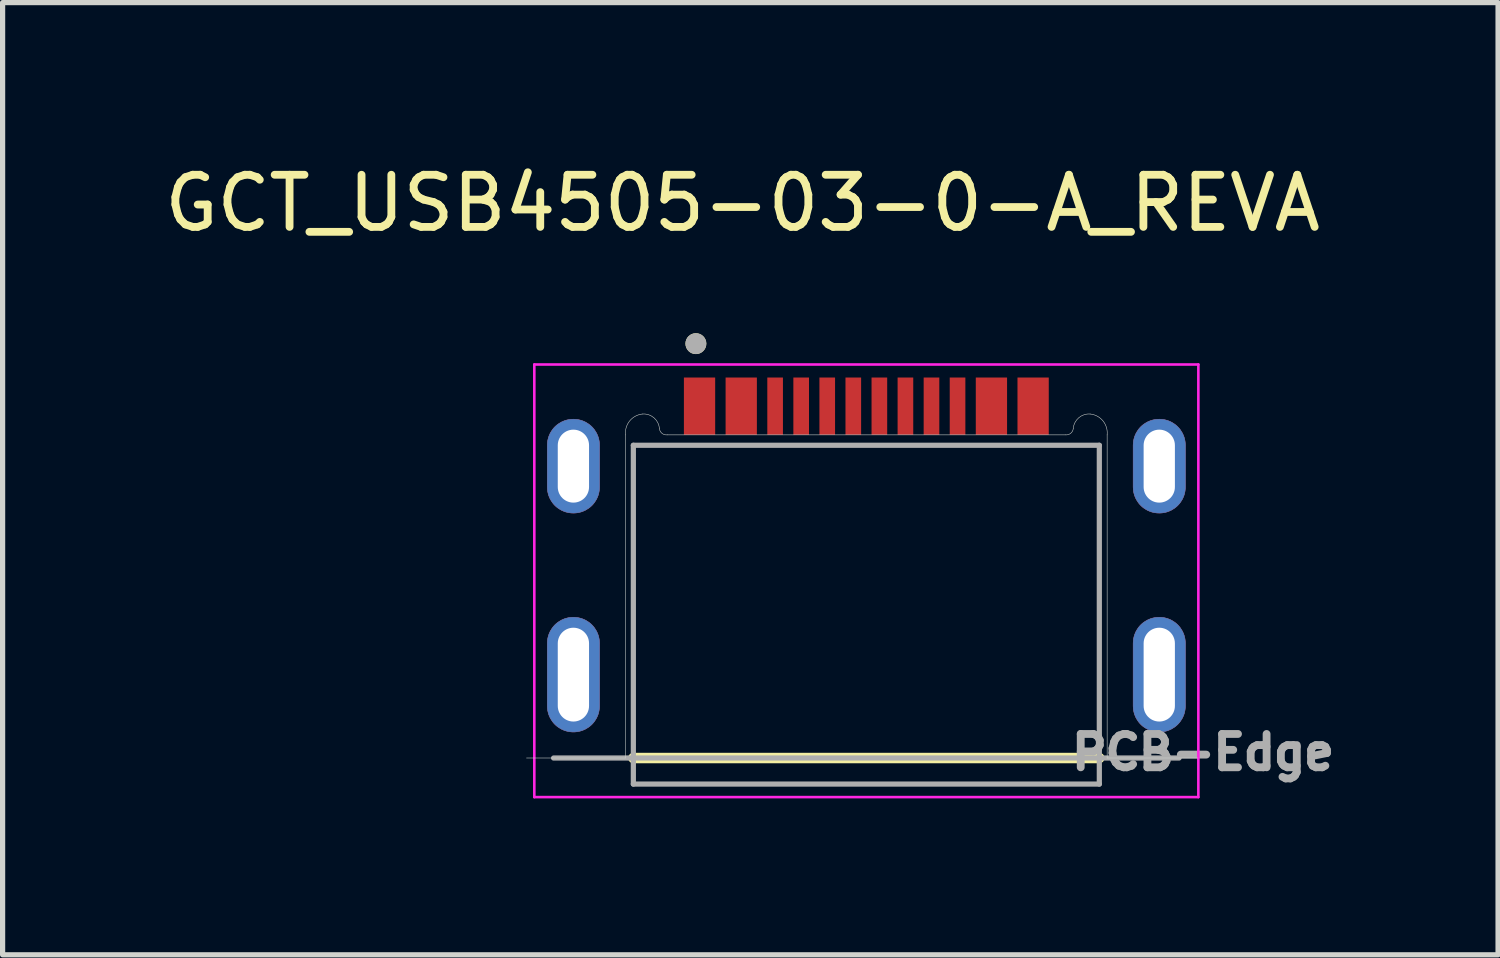
<source format=kicad_pcb>
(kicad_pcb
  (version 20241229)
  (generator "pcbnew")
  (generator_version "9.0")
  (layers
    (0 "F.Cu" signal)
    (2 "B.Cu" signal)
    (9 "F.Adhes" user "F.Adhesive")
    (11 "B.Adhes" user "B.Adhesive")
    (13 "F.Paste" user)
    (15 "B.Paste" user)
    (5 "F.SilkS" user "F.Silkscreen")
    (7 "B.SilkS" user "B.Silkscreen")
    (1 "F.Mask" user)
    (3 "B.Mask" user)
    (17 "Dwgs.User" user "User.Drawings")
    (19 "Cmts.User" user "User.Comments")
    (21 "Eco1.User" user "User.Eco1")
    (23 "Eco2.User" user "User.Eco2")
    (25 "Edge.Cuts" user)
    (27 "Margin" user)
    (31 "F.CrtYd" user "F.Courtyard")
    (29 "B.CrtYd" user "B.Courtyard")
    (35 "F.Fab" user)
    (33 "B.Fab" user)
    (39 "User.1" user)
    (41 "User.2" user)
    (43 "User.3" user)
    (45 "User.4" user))
  (footprint "GCT_USB4505-03-0-A_REVA"
    (layer "F.Cu")
    (at 13.571 9.893)
    (property "Reference" "GCT_USB4505-03-0-A_REVA" (at -2.375 -9.045 0) (layer "F.SilkS") (effects (font (size 1 1) (thickness 0.15))))
    (attr through_hole)
    (fp_poly (pts (xy -5.62 -3.1) (xy -5.646 -3.101) (xy -5.672 -3.103) (xy -5.698 -3.106) (xy -5.724 -3.111) (xy -5.749 -3.117) (xy -5.775 -3.124) (xy -5.799 -3.133) (xy -5.823 -3.143) (xy -5.847 -3.154) (xy -5.87 -3.167) (xy -5.892 -3.181) (xy -5.914 -3.195) (xy -5.935 -3.211) (xy -5.955 -3.228) (xy -5.974 -3.246) (xy -5.992 -3.265) (xy -6.009 -3.285) (xy -6.025 -3.306) (xy -6.039 -3.328) (xy -6.053 -3.35) (xy -6.066 -3.373) (xy -6.077 -3.397) (xy -6.087 -3.421) (xy -6.096 -3.445) (xy -6.103 -3.471) (xy -6.109 -3.496) (xy -6.114 -3.522) (xy -6.117 -3.548) (xy -6.119 -3.574) (xy -6.12 -3.6) (xy -6.12 -4.4) (xy -6.119 -4.426) (xy -6.117 -4.452) (xy -6.114 -4.478) (xy -6.109 -4.504) (xy -6.103 -4.529) (xy -6.096 -4.555) (xy -6.087 -4.579) (xy -6.077 -4.603) (xy -6.066 -4.627) (xy -6.053 -4.65) (xy -6.039 -4.672) (xy -6.025 -4.694) (xy -6.009 -4.715) (xy -5.992 -4.735) (xy -5.974 -4.754) (xy -5.955 -4.772) (xy -5.935 -4.789) (xy -5.914 -4.805) (xy -5.892 -4.819) (xy -5.87 -4.833) (xy -5.847 -4.846) (xy -5.823 -4.857) (xy -5.799 -4.867) (xy -5.775 -4.876) (xy -5.749 -4.883) (xy -5.724 -4.889) (xy -5.698 -4.894) (xy -5.672 -4.897) (xy -5.646 -4.899) (xy -5.62 -4.9) (xy -5.594 -4.899) (xy -5.568 -4.897) (xy -5.542 -4.894) (xy -5.516 -4.889) (xy -5.491 -4.883) (xy -5.465 -4.876) (xy -5.441 -4.867) (xy -5.417 -4.857) (xy -5.393 -4.846) (xy -5.37 -4.833) (xy -5.348 -4.819) (xy -5.326 -4.805) (xy -5.305 -4.789) (xy -5.285 -4.772) (xy -5.266 -4.754) (xy -5.248 -4.735) (xy -5.231 -4.715) (xy -5.215 -4.694) (xy -5.201 -4.672) (xy -5.187 -4.65) (xy -5.174 -4.627) (xy -5.163 -4.603) (xy -5.153 -4.579) (xy -5.144 -4.555) (xy -5.137 -4.529) (xy -5.131 -4.504) (xy -5.126 -4.478) (xy -5.123 -4.452) (xy -5.121 -4.426) (xy -5.12 -4.4) (xy -5.12 -3.6) (xy -5.121 -3.574) (xy -5.123 -3.548) (xy -5.126 -3.522) (xy -5.131 -3.496) (xy -5.137 -3.471) (xy -5.144 -3.445) (xy -5.153 -3.421) (xy -5.163 -3.397) (xy -5.174 -3.373) (xy -5.187 -3.35) (xy -5.201 -3.328) (xy -5.215 -3.306) (xy -5.231 -3.285) (xy -5.248 -3.265) (xy -5.266 -3.246) (xy -5.285 -3.228) (xy -5.305 -3.211) (xy -5.326 -3.195) (xy -5.348 -3.181) (xy -5.37 -3.167) (xy -5.393 -3.154) (xy -5.417 -3.143) (xy -5.441 -3.133) (xy -5.465 -3.124) (xy -5.491 -3.117) (xy -5.516 -3.111) (xy -5.542 -3.106) (xy -5.568 -3.103) (xy -5.594 -3.101) (xy -5.62 -3.1)) (stroke (width 0.01) (type solid)) (fill yes) (layer "F.Cu"))
    (fp_poly (pts (xy -5.62 1.1) (xy -5.646 1.099) (xy -5.672 1.097) (xy -5.698 1.094) (xy -5.724 1.089) (xy -5.749 1.083) (xy -5.775 1.076) (xy -5.799 1.067) (xy -5.823 1.057) (xy -5.847 1.046) (xy -5.87 1.033) (xy -5.892 1.019) (xy -5.914 1.005) (xy -5.935 0.989) (xy -5.955 0.972) (xy -5.974 0.954) (xy -5.992 0.935) (xy -6.009 0.915) (xy -6.025 0.894) (xy -6.039 0.872) (xy -6.053 0.85) (xy -6.066 0.827) (xy -6.077 0.803) (xy -6.087 0.779) (xy -6.096 0.755) (xy -6.103 0.729) (xy -6.109 0.704) (xy -6.114 0.678) (xy -6.117 0.652) (xy -6.119 0.626) (xy -6.12 0.6) (xy -6.12 -0.6) (xy -6.119 -0.626) (xy -6.117 -0.652) (xy -6.114 -0.678) (xy -6.109 -0.704) (xy -6.103 -0.729) (xy -6.096 -0.755) (xy -6.087 -0.779) (xy -6.077 -0.803) (xy -6.066 -0.827) (xy -6.053 -0.85) (xy -6.039 -0.872) (xy -6.025 -0.894) (xy -6.009 -0.915) (xy -5.992 -0.935) (xy -5.974 -0.954) (xy -5.955 -0.972) (xy -5.935 -0.989) (xy -5.914 -1.005) (xy -5.892 -1.019) (xy -5.87 -1.033) (xy -5.847 -1.046) (xy -5.823 -1.057) (xy -5.799 -1.067) (xy -5.775 -1.076) (xy -5.749 -1.083) (xy -5.724 -1.089) (xy -5.698 -1.094) (xy -5.672 -1.097) (xy -5.646 -1.099) (xy -5.62 -1.1) (xy -5.594 -1.099) (xy -5.568 -1.097) (xy -5.542 -1.094) (xy -5.516 -1.089) (xy -5.491 -1.083) (xy -5.465 -1.076) (xy -5.441 -1.067) (xy -5.417 -1.057) (xy -5.393 -1.046) (xy -5.37 -1.033) (xy -5.348 -1.019) (xy -5.326 -1.005) (xy -5.305 -0.989) (xy -5.285 -0.972) (xy -5.266 -0.954) (xy -5.248 -0.935) (xy -5.231 -0.915) (xy -5.215 -0.894) (xy -5.201 -0.872) (xy -5.187 -0.85) (xy -5.174 -0.827) (xy -5.163 -0.803) (xy -5.153 -0.779) (xy -5.144 -0.755) (xy -5.137 -0.729) (xy -5.131 -0.704) (xy -5.126 -0.678) (xy -5.123 -0.652) (xy -5.121 -0.626) (xy -5.12 -0.6) (xy -5.12 0.6) (xy -5.121 0.626) (xy -5.123 0.652) (xy -5.126 0.678) (xy -5.131 0.704) (xy -5.137 0.729) (xy -5.144 0.755) (xy -5.153 0.779) (xy -5.163 0.803) (xy -5.174 0.827) (xy -5.187 0.85) (xy -5.201 0.872) (xy -5.215 0.894) (xy -5.231 0.915) (xy -5.248 0.935) (xy -5.266 0.954) (xy -5.285 0.972) (xy -5.305 0.989) (xy -5.326 1.005) (xy -5.348 1.019) (xy -5.37 1.033) (xy -5.393 1.046) (xy -5.417 1.057) (xy -5.441 1.067) (xy -5.465 1.076) (xy -5.491 1.083) (xy -5.516 1.089) (xy -5.542 1.094) (xy -5.568 1.097) (xy -5.594 1.099) (xy -5.62 1.1)) (stroke (width 0.01) (type solid)) (fill yes) (layer "F.Cu"))
    (fp_poly (pts (xy 5.62 -3.1) (xy 5.594 -3.101) (xy 5.568 -3.103) (xy 5.542 -3.106) (xy 5.516 -3.111) (xy 5.491 -3.117) (xy 5.465 -3.124) (xy 5.441 -3.133) (xy 5.417 -3.143) (xy 5.393 -3.154) (xy 5.37 -3.167) (xy 5.348 -3.181) (xy 5.326 -3.195) (xy 5.305 -3.211) (xy 5.285 -3.228) (xy 5.266 -3.246) (xy 5.248 -3.265) (xy 5.231 -3.285) (xy 5.215 -3.306) (xy 5.201 -3.328) (xy 5.187 -3.35) (xy 5.174 -3.373) (xy 5.163 -3.397) (xy 5.153 -3.421) (xy 5.144 -3.445) (xy 5.137 -3.471) (xy 5.131 -3.496) (xy 5.126 -3.522) (xy 5.123 -3.548) (xy 5.121 -3.574) (xy 5.12 -3.6) (xy 5.12 -4.4) (xy 5.121 -4.426) (xy 5.123 -4.452) (xy 5.126 -4.478) (xy 5.131 -4.504) (xy 5.137 -4.529) (xy 5.144 -4.555) (xy 5.153 -4.579) (xy 5.163 -4.603) (xy 5.174 -4.627) (xy 5.187 -4.65) (xy 5.201 -4.672) (xy 5.215 -4.694) (xy 5.231 -4.715) (xy 5.248 -4.735) (xy 5.266 -4.754) (xy 5.285 -4.772) (xy 5.305 -4.789) (xy 5.326 -4.805) (xy 5.348 -4.819) (xy 5.37 -4.833) (xy 5.393 -4.846) (xy 5.417 -4.857) (xy 5.441 -4.867) (xy 5.465 -4.876) (xy 5.491 -4.883) (xy 5.516 -4.889) (xy 5.542 -4.894) (xy 5.568 -4.897) (xy 5.594 -4.899) (xy 5.62 -4.9) (xy 5.646 -4.899) (xy 5.672 -4.897) (xy 5.698 -4.894) (xy 5.724 -4.889) (xy 5.749 -4.883) (xy 5.775 -4.876) (xy 5.799 -4.867) (xy 5.823 -4.857) (xy 5.847 -4.846) (xy 5.87 -4.833) (xy 5.892 -4.819) (xy 5.914 -4.805) (xy 5.935 -4.789) (xy 5.955 -4.772) (xy 5.974 -4.754) (xy 5.992 -4.735) (xy 6.009 -4.715) (xy 6.025 -4.694) (xy 6.039 -4.672) (xy 6.053 -4.65) (xy 6.066 -4.627) (xy 6.077 -4.603) (xy 6.087 -4.579) (xy 6.096 -4.555) (xy 6.103 -4.529) (xy 6.109 -4.504) (xy 6.114 -4.478) (xy 6.117 -4.452) (xy 6.119 -4.426) (xy 6.12 -4.4) (xy 6.12 -3.6) (xy 6.119 -3.574) (xy 6.117 -3.548) (xy 6.114 -3.522) (xy 6.109 -3.496) (xy 6.103 -3.471) (xy 6.096 -3.445) (xy 6.087 -3.421) (xy 6.077 -3.397) (xy 6.066 -3.373) (xy 6.053 -3.35) (xy 6.039 -3.328) (xy 6.025 -3.306) (xy 6.009 -3.285) (xy 5.992 -3.265) (xy 5.974 -3.246) (xy 5.955 -3.228) (xy 5.935 -3.211) (xy 5.914 -3.195) (xy 5.892 -3.181) (xy 5.87 -3.167) (xy 5.847 -3.154) (xy 5.823 -3.143) (xy 5.799 -3.133) (xy 5.775 -3.124) (xy 5.749 -3.117) (xy 5.724 -3.111) (xy 5.698 -3.106) (xy 5.672 -3.103) (xy 5.646 -3.101) (xy 5.62 -3.1)) (stroke (width 0.01) (type solid)) (fill yes) (layer "F.Cu"))
    (fp_poly (pts (xy 5.62 1.1) (xy 5.594 1.099) (xy 5.568 1.097) (xy 5.542 1.094) (xy 5.516 1.089) (xy 5.491 1.083) (xy 5.465 1.076) (xy 5.441 1.067) (xy 5.417 1.057) (xy 5.393 1.046) (xy 5.37 1.033) (xy 5.348 1.019) (xy 5.326 1.005) (xy 5.305 0.989) (xy 5.285 0.972) (xy 5.266 0.954) (xy 5.248 0.935) (xy 5.231 0.915) (xy 5.215 0.894) (xy 5.201 0.872) (xy 5.187 0.85) (xy 5.174 0.827) (xy 5.163 0.803) (xy 5.153 0.779) (xy 5.144 0.755) (xy 5.137 0.729) (xy 5.131 0.704) (xy 5.126 0.678) (xy 5.123 0.652) (xy 5.121 0.626) (xy 5.12 0.6) (xy 5.12 -0.6) (xy 5.121 -0.626) (xy 5.123 -0.652) (xy 5.126 -0.678) (xy 5.131 -0.704) (xy 5.137 -0.729) (xy 5.144 -0.755) (xy 5.153 -0.779) (xy 5.163 -0.803) (xy 5.174 -0.827) (xy 5.187 -0.85) (xy 5.201 -0.872) (xy 5.215 -0.894) (xy 5.231 -0.915) (xy 5.248 -0.935) (xy 5.266 -0.954) (xy 5.285 -0.972) (xy 5.305 -0.989) (xy 5.326 -1.005) (xy 5.348 -1.019) (xy 5.37 -1.033) (xy 5.393 -1.046) (xy 5.417 -1.057) (xy 5.441 -1.067) (xy 5.465 -1.076) (xy 5.491 -1.083) (xy 5.516 -1.089) (xy 5.542 -1.094) (xy 5.568 -1.097) (xy 5.594 -1.099) (xy 5.62 -1.1) (xy 5.646 -1.099) (xy 5.672 -1.097) (xy 5.698 -1.094) (xy 5.724 -1.089) (xy 5.749 -1.083) (xy 5.775 -1.076) (xy 5.799 -1.067) (xy 5.823 -1.057) (xy 5.847 -1.046) (xy 5.87 -1.033) (xy 5.892 -1.019) (xy 5.914 -1.005) (xy 5.935 -0.989) (xy 5.955 -0.972) (xy 5.974 -0.954) (xy 5.992 -0.935) (xy 6.009 -0.915) (xy 6.025 -0.894) (xy 6.039 -0.872) (xy 6.053 -0.85) (xy 6.066 -0.827) (xy 6.077 -0.803) (xy 6.087 -0.779) (xy 6.096 -0.755) (xy 6.103 -0.729) (xy 6.109 -0.704) (xy 6.114 -0.678) (xy 6.117 -0.652) (xy 6.119 -0.626) (xy 6.12 -0.6) (xy 6.12 0.6) (xy 6.119 0.626) (xy 6.117 0.652) (xy 6.114 0.678) (xy 6.109 0.704) (xy 6.103 0.729) (xy 6.096 0.755) (xy 6.087 0.779) (xy 6.077 0.803) (xy 6.066 0.827) (xy 6.053 0.85) (xy 6.039 0.872) (xy 6.025 0.894) (xy 6.009 0.915) (xy 5.992 0.935) (xy 5.974 0.954) (xy 5.955 0.972) (xy 5.935 0.989) (xy 5.914 1.005) (xy 5.892 1.019) (xy 5.87 1.033) (xy 5.847 1.046) (xy 5.823 1.057) (xy 5.799 1.067) (xy 5.775 1.076) (xy 5.749 1.083) (xy 5.724 1.089) (xy 5.698 1.094) (xy 5.672 1.097) (xy 5.646 1.099) (xy 5.62 1.1)) (stroke (width 0.01) (type solid)) (fill yes) (layer "F.Cu"))
    (fp_poly (pts (xy -6.22 -3.6) (xy -6.22 -4.4) (xy -6.219 -4.431) (xy -6.217 -4.463) (xy -6.213 -4.494) (xy -6.207 -4.525) (xy -6.2 -4.555) (xy -6.191 -4.585) (xy -6.18 -4.615) (xy -6.168 -4.644) (xy -6.155 -4.672) (xy -6.14 -4.7) (xy -6.123 -4.727) (xy -6.105 -4.753) (xy -6.086 -4.778) (xy -6.066 -4.801) (xy -6.044 -4.824) (xy -6.021 -4.846) (xy -5.998 -4.866) (xy -5.973 -4.885) (xy -5.947 -4.903) (xy -5.92 -4.92) (xy -5.892 -4.935) (xy -5.864 -4.948) (xy -5.835 -4.96) (xy -5.805 -4.971) (xy -5.775 -4.98) (xy -5.745 -4.987) (xy -5.714 -4.993) (xy -5.683 -4.997) (xy -5.651 -4.999) (xy -5.62 -5) (xy -5.589 -4.999) (xy -5.557 -4.997) (xy -5.526 -4.993) (xy -5.495 -4.987) (xy -5.465 -4.98) (xy -5.435 -4.971) (xy -5.405 -4.96) (xy -5.376 -4.948) (xy -5.348 -4.935) (xy -5.32 -4.92) (xy -5.293 -4.903) (xy -5.267 -4.885) (xy -5.242 -4.866) (xy -5.219 -4.846) (xy -5.196 -4.824) (xy -5.174 -4.801) (xy -5.154 -4.778) (xy -5.135 -4.753) (xy -5.117 -4.727) (xy -5.1 -4.7) (xy -5.085 -4.672) (xy -5.072 -4.644) (xy -5.06 -4.615) (xy -5.049 -4.585) (xy -5.04 -4.555) (xy -5.033 -4.525) (xy -5.027 -4.494) (xy -5.023 -4.463) (xy -5.021 -4.431) (xy -5.02 -4.4) (xy -5.02 -3.6) (xy -5.021 -3.569) (xy -5.023 -3.537) (xy -5.027 -3.506) (xy -5.033 -3.475) (xy -5.04 -3.445) (xy -5.049 -3.415) (xy -5.06 -3.385) (xy -5.072 -3.356) (xy -5.085 -3.328) (xy -5.1 -3.3) (xy -5.117 -3.273) (xy -5.135 -3.247) (xy -5.154 -3.222) (xy -5.174 -3.199) (xy -5.196 -3.176) (xy -5.219 -3.154) (xy -5.242 -3.134) (xy -5.267 -3.115) (xy -5.293 -3.097) (xy -5.32 -3.08) (xy -5.348 -3.065) (xy -5.376 -3.052) (xy -5.405 -3.04) (xy -5.435 -3.029) (xy -5.465 -3.02) (xy -5.495 -3.013) (xy -5.526 -3.007) (xy -5.557 -3.003) (xy -5.589 -3.001) (xy -5.62 -3) (xy -5.651 -3.001) (xy -5.683 -3.003) (xy -5.714 -3.007) (xy -5.745 -3.013) (xy -5.775 -3.02) (xy -5.805 -3.029) (xy -5.835 -3.04) (xy -5.864 -3.052) (xy -5.892 -3.065) (xy -5.92 -3.08) (xy -5.947 -3.097) (xy -5.973 -3.115) (xy -5.998 -3.134) (xy -6.021 -3.154) (xy -6.044 -3.176) (xy -6.066 -3.199) (xy -6.086 -3.222) (xy -6.105 -3.247) (xy -6.123 -3.273) (xy -6.14 -3.3) (xy -6.155 -3.328) (xy -6.168 -3.356) (xy -6.18 -3.385) (xy -6.191 -3.415) (xy -6.2 -3.445) (xy -6.207 -3.475) (xy -6.213 -3.506) (xy -6.217 -3.537) (xy -6.219 -3.569) (xy -6.22 -3.6)) (stroke (width 0.01) (type solid)) (fill yes) (layer "F.Mask"))
    (fp_poly (pts (xy -6.22 0.6) (xy -6.22 -0.6) (xy -6.219 -0.631) (xy -6.217 -0.663) (xy -6.213 -0.694) (xy -6.207 -0.725) (xy -6.2 -0.755) (xy -6.191 -0.785) (xy -6.18 -0.815) (xy -6.168 -0.844) (xy -6.155 -0.872) (xy -6.14 -0.9) (xy -6.123 -0.927) (xy -6.105 -0.953) (xy -6.086 -0.978) (xy -6.066 -1.001) (xy -6.044 -1.024) (xy -6.021 -1.046) (xy -5.998 -1.066) (xy -5.973 -1.085) (xy -5.947 -1.103) (xy -5.92 -1.12) (xy -5.892 -1.135) (xy -5.864 -1.148) (xy -5.835 -1.16) (xy -5.805 -1.171) (xy -5.775 -1.18) (xy -5.745 -1.187) (xy -5.714 -1.193) (xy -5.683 -1.197) (xy -5.651 -1.199) (xy -5.62 -1.2) (xy -5.589 -1.199) (xy -5.557 -1.197) (xy -5.526 -1.193) (xy -5.495 -1.187) (xy -5.465 -1.18) (xy -5.435 -1.171) (xy -5.405 -1.16) (xy -5.376 -1.148) (xy -5.348 -1.135) (xy -5.32 -1.12) (xy -5.293 -1.103) (xy -5.267 -1.085) (xy -5.242 -1.066) (xy -5.219 -1.046) (xy -5.196 -1.024) (xy -5.174 -1.001) (xy -5.154 -0.978) (xy -5.135 -0.953) (xy -5.117 -0.927) (xy -5.1 -0.9) (xy -5.085 -0.872) (xy -5.072 -0.844) (xy -5.06 -0.815) (xy -5.049 -0.785) (xy -5.04 -0.755) (xy -5.033 -0.725) (xy -5.027 -0.694) (xy -5.023 -0.663) (xy -5.021 -0.631) (xy -5.02 -0.6) (xy -5.02 0.6) (xy -5.021 0.631) (xy -5.023 0.663) (xy -5.027 0.694) (xy -5.033 0.725) (xy -5.04 0.755) (xy -5.049 0.785) (xy -5.06 0.815) (xy -5.072 0.844) (xy -5.085 0.872) (xy -5.1 0.9) (xy -5.117 0.927) (xy -5.135 0.953) (xy -5.154 0.978) (xy -5.174 1.001) (xy -5.196 1.024) (xy -5.219 1.046) (xy -5.242 1.066) (xy -5.267 1.085) (xy -5.293 1.103) (xy -5.32 1.12) (xy -5.348 1.135) (xy -5.376 1.148) (xy -5.405 1.16) (xy -5.435 1.171) (xy -5.465 1.18) (xy -5.495 1.187) (xy -5.526 1.193) (xy -5.557 1.197) (xy -5.589 1.199) (xy -5.62 1.2) (xy -5.651 1.199) (xy -5.683 1.197) (xy -5.714 1.193) (xy -5.745 1.187) (xy -5.775 1.18) (xy -5.805 1.171) (xy -5.835 1.16) (xy -5.864 1.148) (xy -5.892 1.135) (xy -5.92 1.12) (xy -5.947 1.103) (xy -5.973 1.085) (xy -5.998 1.066) (xy -6.021 1.046) (xy -6.044 1.024) (xy -6.066 1.001) (xy -6.086 0.978) (xy -6.105 0.953) (xy -6.123 0.927) (xy -6.14 0.9) (xy -6.155 0.872) (xy -6.168 0.844) (xy -6.18 0.815) (xy -6.191 0.785) (xy -6.2 0.755) (xy -6.207 0.725) (xy -6.213 0.694) (xy -6.217 0.663) (xy -6.219 0.631) (xy -6.22 0.6)) (stroke (width 0.01) (type solid)) (fill yes) (layer "F.Mask"))
    (fp_poly (pts (xy 5.02 -3.6) (xy 5.02 -4.4) (xy 5.021 -4.431) (xy 5.023 -4.463) (xy 5.027 -4.494) (xy 5.033 -4.525) (xy 5.04 -4.555) (xy 5.049 -4.585) (xy 5.06 -4.615) (xy 5.072 -4.644) (xy 5.085 -4.672) (xy 5.1 -4.7) (xy 5.117 -4.727) (xy 5.135 -4.753) (xy 5.154 -4.778) (xy 5.174 -4.801) (xy 5.196 -4.824) (xy 5.219 -4.846) (xy 5.242 -4.866) (xy 5.267 -4.885) (xy 5.293 -4.903) (xy 5.32 -4.92) (xy 5.348 -4.935) (xy 5.376 -4.948) (xy 5.405 -4.96) (xy 5.435 -4.971) (xy 5.465 -4.98) (xy 5.495 -4.987) (xy 5.526 -4.993) (xy 5.557 -4.997) (xy 5.589 -4.999) (xy 5.62 -5) (xy 5.651 -4.999) (xy 5.683 -4.997) (xy 5.714 -4.993) (xy 5.745 -4.987) (xy 5.775 -4.98) (xy 5.805 -4.971) (xy 5.835 -4.96) (xy 5.864 -4.948) (xy 5.892 -4.935) (xy 5.92 -4.92) (xy 5.947 -4.903) (xy 5.973 -4.885) (xy 5.998 -4.866) (xy 6.021 -4.846) (xy 6.044 -4.824) (xy 6.066 -4.801) (xy 6.086 -4.778) (xy 6.105 -4.753) (xy 6.123 -4.727) (xy 6.14 -4.7) (xy 6.155 -4.672) (xy 6.168 -4.644) (xy 6.18 -4.615) (xy 6.191 -4.585) (xy 6.2 -4.555) (xy 6.207 -4.525) (xy 6.213 -4.494) (xy 6.217 -4.463) (xy 6.219 -4.431) (xy 6.22 -4.4) (xy 6.22 -3.6) (xy 6.219 -3.569) (xy 6.217 -3.537) (xy 6.213 -3.506) (xy 6.207 -3.475) (xy 6.2 -3.445) (xy 6.191 -3.415) (xy 6.18 -3.385) (xy 6.168 -3.356) (xy 6.155 -3.328) (xy 6.14 -3.3) (xy 6.123 -3.273) (xy 6.105 -3.247) (xy 6.086 -3.222) (xy 6.066 -3.199) (xy 6.044 -3.176) (xy 6.021 -3.154) (xy 5.998 -3.134) (xy 5.973 -3.115) (xy 5.947 -3.097) (xy 5.92 -3.08) (xy 5.892 -3.065) (xy 5.864 -3.052) (xy 5.835 -3.04) (xy 5.805 -3.029) (xy 5.775 -3.02) (xy 5.745 -3.013) (xy 5.714 -3.007) (xy 5.683 -3.003) (xy 5.651 -3.001) (xy 5.62 -3) (xy 5.589 -3.001) (xy 5.557 -3.003) (xy 5.526 -3.007) (xy 5.495 -3.013) (xy 5.465 -3.02) (xy 5.435 -3.029) (xy 5.405 -3.04) (xy 5.376 -3.052) (xy 5.348 -3.065) (xy 5.32 -3.08) (xy 5.293 -3.097) (xy 5.267 -3.115) (xy 5.242 -3.134) (xy 5.219 -3.154) (xy 5.196 -3.176) (xy 5.174 -3.199) (xy 5.154 -3.222) (xy 5.135 -3.247) (xy 5.117 -3.273) (xy 5.1 -3.3) (xy 5.085 -3.328) (xy 5.072 -3.356) (xy 5.06 -3.385) (xy 5.049 -3.415) (xy 5.04 -3.445) (xy 5.033 -3.475) (xy 5.027 -3.506) (xy 5.023 -3.537) (xy 5.021 -3.569) (xy 5.02 -3.6)) (stroke (width 0.01) (type solid)) (fill yes) (layer "F.Mask"))
    (fp_poly (pts (xy 5.02 0) (xy 5.02 -0.6) (xy 5.021 -0.631) (xy 5.023 -0.663) (xy 5.027 -0.694) (xy 5.033 -0.725) (xy 5.04 -0.755) (xy 5.049 -0.785) (xy 5.06 -0.815) (xy 5.072 -0.844) (xy 5.085 -0.872) (xy 5.1 -0.9) (xy 5.117 -0.927) (xy 5.135 -0.953) (xy 5.154 -0.978) (xy 5.174 -1.001) (xy 5.196 -1.024) (xy 5.219 -1.046) (xy 5.242 -1.066) (xy 5.267 -1.085) (xy 5.293 -1.103) (xy 5.32 -1.12) (xy 5.348 -1.135) (xy 5.376 -1.148) (xy 5.405 -1.16) (xy 5.435 -1.171) (xy 5.465 -1.18) (xy 5.495 -1.187) (xy 5.526 -1.193) (xy 5.557 -1.197) (xy 5.589 -1.199) (xy 5.62 -1.2) (xy 5.651 -1.199) (xy 5.683 -1.197) (xy 5.714 -1.193) (xy 5.745 -1.187) (xy 5.775 -1.18) (xy 5.805 -1.171) (xy 5.835 -1.16) (xy 5.864 -1.148) (xy 5.892 -1.135) (xy 5.92 -1.12) (xy 5.947 -1.103) (xy 5.973 -1.085) (xy 5.998 -1.066) (xy 6.021 -1.046) (xy 6.044 -1.024) (xy 6.066 -1.001) (xy 6.086 -0.978) (xy 6.105 -0.953) (xy 6.123 -0.927) (xy 6.14 -0.9) (xy 6.155 -0.872) (xy 6.168 -0.844) (xy 6.18 -0.815) (xy 6.191 -0.785) (xy 6.2 -0.755) (xy 6.207 -0.725) (xy 6.213 -0.694) (xy 6.217 -0.663) (xy 6.219 -0.631) (xy 6.22 -0.6) (xy 6.22 0) (xy 6.22 0.6) (xy 6.219 0.631) (xy 6.217 0.663) (xy 6.213 0.694) (xy 6.207 0.725) (xy 6.2 0.755) (xy 6.191 0.785) (xy 6.18 0.815) (xy 6.168 0.844) (xy 6.155 0.872) (xy 6.14 0.9) (xy 6.123 0.927) (xy 6.105 0.953) (xy 6.086 0.978) (xy 6.066 1.001) (xy 6.044 1.024) (xy 6.021 1.046) (xy 5.998 1.066) (xy 5.973 1.085) (xy 5.947 1.103) (xy 5.92 1.12) (xy 5.892 1.135) (xy 5.864 1.148) (xy 5.835 1.16) (xy 5.805 1.171) (xy 5.775 1.18) (xy 5.745 1.187) (xy 5.714 1.193) (xy 5.683 1.197) (xy 5.651 1.199) (xy 5.62 1.2) (xy 5.589 1.199) (xy 5.557 1.197) (xy 5.526 1.193) (xy 5.495 1.187) (xy 5.465 1.18) (xy 5.435 1.171) (xy 5.405 1.16) (xy 5.376 1.148) (xy 5.348 1.135) (xy 5.32 1.12) (xy 5.293 1.103) (xy 5.267 1.085) (xy 5.242 1.066) (xy 5.219 1.046) (xy 5.196 1.024) (xy 5.174 1.001) (xy 5.154 0.978) (xy 5.135 0.953) (xy 5.117 0.927) (xy 5.1 0.9) (xy 5.085 0.872) (xy 5.072 0.844) (xy 5.06 0.815) (xy 5.049 0.785) (xy 5.04 0.755) (xy 5.033 0.725) (xy 5.027 0.694) (xy 5.023 0.663) (xy 5.021 0.631) (xy 5.02 0.6) (xy 5.02 0)) (stroke (width 0.01) (type solid)) (fill yes) (layer "F.Mask"))
    (fp_poly (pts (xy -5.62 -3.1) (xy -5.646 -3.101) (xy -5.672 -3.103) (xy -5.698 -3.106) (xy -5.724 -3.111) (xy -5.749 -3.117) (xy -5.775 -3.124) (xy -5.799 -3.133) (xy -5.823 -3.143) (xy -5.847 -3.154) (xy -5.87 -3.167) (xy -5.892 -3.181) (xy -5.914 -3.195) (xy -5.935 -3.211) (xy -5.955 -3.228) (xy -5.974 -3.246) (xy -5.992 -3.265) (xy -6.009 -3.285) (xy -6.025 -3.306) (xy -6.039 -3.328) (xy -6.053 -3.35) (xy -6.066 -3.373) (xy -6.077 -3.397) (xy -6.087 -3.421) (xy -6.096 -3.445) (xy -6.103 -3.471) (xy -6.109 -3.496) (xy -6.114 -3.522) (xy -6.117 -3.548) (xy -6.119 -3.574) (xy -6.12 -3.6) (xy -6.12 -4.4) (xy -6.119 -4.426) (xy -6.117 -4.452) (xy -6.114 -4.478) (xy -6.109 -4.504) (xy -6.103 -4.529) (xy -6.096 -4.555) (xy -6.087 -4.579) (xy -6.077 -4.603) (xy -6.066 -4.627) (xy -6.053 -4.65) (xy -6.039 -4.672) (xy -6.025 -4.694) (xy -6.009 -4.715) (xy -5.992 -4.735) (xy -5.974 -4.754) (xy -5.955 -4.772) (xy -5.935 -4.789) (xy -5.914 -4.805) (xy -5.892 -4.819) (xy -5.87 -4.833) (xy -5.847 -4.846) (xy -5.823 -4.857) (xy -5.799 -4.867) (xy -5.775 -4.876) (xy -5.749 -4.883) (xy -5.724 -4.889) (xy -5.698 -4.894) (xy -5.672 -4.897) (xy -5.646 -4.899) (xy -5.62 -4.9) (xy -5.594 -4.899) (xy -5.568 -4.897) (xy -5.542 -4.894) (xy -5.516 -4.889) (xy -5.491 -4.883) (xy -5.465 -4.876) (xy -5.441 -4.867) (xy -5.417 -4.857) (xy -5.393 -4.846) (xy -5.37 -4.833) (xy -5.348 -4.819) (xy -5.326 -4.805) (xy -5.305 -4.789) (xy -5.285 -4.772) (xy -5.266 -4.754) (xy -5.248 -4.735) (xy -5.231 -4.715) (xy -5.215 -4.694) (xy -5.201 -4.672) (xy -5.187 -4.65) (xy -5.174 -4.627) (xy -5.163 -4.603) (xy -5.153 -4.579) (xy -5.144 -4.555) (xy -5.137 -4.529) (xy -5.131 -4.504) (xy -5.126 -4.478) (xy -5.123 -4.452) (xy -5.121 -4.426) (xy -5.12 -4.4) (xy -5.12 -3.6) (xy -5.121 -3.574) (xy -5.123 -3.548) (xy -5.126 -3.522) (xy -5.131 -3.496) (xy -5.137 -3.471) (xy -5.144 -3.445) (xy -5.153 -3.421) (xy -5.163 -3.397) (xy -5.174 -3.373) (xy -5.187 -3.35) (xy -5.201 -3.328) (xy -5.215 -3.306) (xy -5.231 -3.285) (xy -5.248 -3.265) (xy -5.266 -3.246) (xy -5.285 -3.228) (xy -5.305 -3.211) (xy -5.326 -3.195) (xy -5.348 -3.181) (xy -5.37 -3.167) (xy -5.393 -3.154) (xy -5.417 -3.143) (xy -5.441 -3.133) (xy -5.465 -3.124) (xy -5.491 -3.117) (xy -5.516 -3.111) (xy -5.542 -3.106) (xy -5.568 -3.103) (xy -5.594 -3.101) (xy -5.62 -3.1)) (stroke (width 0.01) (type solid)) (fill yes) (layer "B.Cu"))
    (fp_poly (pts (xy -5.62 1.1) (xy -5.646 1.099) (xy -5.672 1.097) (xy -5.698 1.094) (xy -5.724 1.089) (xy -5.749 1.083) (xy -5.775 1.076) (xy -5.799 1.067) (xy -5.823 1.057) (xy -5.847 1.046) (xy -5.87 1.033) (xy -5.892 1.019) (xy -5.914 1.005) (xy -5.935 0.989) (xy -5.955 0.972) (xy -5.974 0.954) (xy -5.992 0.935) (xy -6.009 0.915) (xy -6.025 0.894) (xy -6.039 0.872) (xy -6.053 0.85) (xy -6.066 0.827) (xy -6.077 0.803) (xy -6.087 0.779) (xy -6.096 0.755) (xy -6.103 0.729) (xy -6.109 0.704) (xy -6.114 0.678) (xy -6.117 0.652) (xy -6.119 0.626) (xy -6.12 0.6) (xy -6.12 -0.6) (xy -6.119 -0.626) (xy -6.117 -0.652) (xy -6.114 -0.678) (xy -6.109 -0.704) (xy -6.103 -0.729) (xy -6.096 -0.755) (xy -6.087 -0.779) (xy -6.077 -0.803) (xy -6.066 -0.827) (xy -6.053 -0.85) (xy -6.039 -0.872) (xy -6.025 -0.894) (xy -6.009 -0.915) (xy -5.992 -0.935) (xy -5.974 -0.954) (xy -5.955 -0.972) (xy -5.935 -0.989) (xy -5.914 -1.005) (xy -5.892 -1.019) (xy -5.87 -1.033) (xy -5.847 -1.046) (xy -5.823 -1.057) (xy -5.799 -1.067) (xy -5.775 -1.076) (xy -5.749 -1.083) (xy -5.724 -1.089) (xy -5.698 -1.094) (xy -5.672 -1.097) (xy -5.646 -1.099) (xy -5.62 -1.1) (xy -5.594 -1.099) (xy -5.568 -1.097) (xy -5.542 -1.094) (xy -5.516 -1.089) (xy -5.491 -1.083) (xy -5.465 -1.076) (xy -5.441 -1.067) (xy -5.417 -1.057) (xy -5.393 -1.046) (xy -5.37 -1.033) (xy -5.348 -1.019) (xy -5.326 -1.005) (xy -5.305 -0.989) (xy -5.285 -0.972) (xy -5.266 -0.954) (xy -5.248 -0.935) (xy -5.231 -0.915) (xy -5.215 -0.894) (xy -5.201 -0.872) (xy -5.187 -0.85) (xy -5.174 -0.827) (xy -5.163 -0.803) (xy -5.153 -0.779) (xy -5.144 -0.755) (xy -5.137 -0.729) (xy -5.131 -0.704) (xy -5.126 -0.678) (xy -5.123 -0.652) (xy -5.121 -0.626) (xy -5.12 -0.6) (xy -5.12 0.6) (xy -5.121 0.626) (xy -5.123 0.652) (xy -5.126 0.678) (xy -5.131 0.704) (xy -5.137 0.729) (xy -5.144 0.755) (xy -5.153 0.779) (xy -5.163 0.803) (xy -5.174 0.827) (xy -5.187 0.85) (xy -5.201 0.872) (xy -5.215 0.894) (xy -5.231 0.915) (xy -5.248 0.935) (xy -5.266 0.954) (xy -5.285 0.972) (xy -5.305 0.989) (xy -5.326 1.005) (xy -5.348 1.019) (xy -5.37 1.033) (xy -5.393 1.046) (xy -5.417 1.057) (xy -5.441 1.067) (xy -5.465 1.076) (xy -5.491 1.083) (xy -5.516 1.089) (xy -5.542 1.094) (xy -5.568 1.097) (xy -5.594 1.099) (xy -5.62 1.1)) (stroke (width 0.01) (type solid)) (fill yes) (layer "B.Cu"))
    (fp_poly (pts (xy 5.62 -3.1) (xy 5.594 -3.101) (xy 5.568 -3.103) (xy 5.542 -3.106) (xy 5.516 -3.111) (xy 5.491 -3.117) (xy 5.465 -3.124) (xy 5.441 -3.133) (xy 5.417 -3.143) (xy 5.393 -3.154) (xy 5.37 -3.167) (xy 5.348 -3.181) (xy 5.326 -3.195) (xy 5.305 -3.211) (xy 5.285 -3.228) (xy 5.266 -3.246) (xy 5.248 -3.265) (xy 5.231 -3.285) (xy 5.215 -3.306) (xy 5.201 -3.328) (xy 5.187 -3.35) (xy 5.174 -3.373) (xy 5.163 -3.397) (xy 5.153 -3.421) (xy 5.144 -3.445) (xy 5.137 -3.471) (xy 5.131 -3.496) (xy 5.126 -3.522) (xy 5.123 -3.548) (xy 5.121 -3.574) (xy 5.12 -3.6) (xy 5.12 -4.4) (xy 5.121 -4.426) (xy 5.123 -4.452) (xy 5.126 -4.478) (xy 5.131 -4.504) (xy 5.137 -4.529) (xy 5.144 -4.555) (xy 5.153 -4.579) (xy 5.163 -4.603) (xy 5.174 -4.627) (xy 5.187 -4.65) (xy 5.201 -4.672) (xy 5.215 -4.694) (xy 5.231 -4.715) (xy 5.248 -4.735) (xy 5.266 -4.754) (xy 5.285 -4.772) (xy 5.305 -4.789) (xy 5.326 -4.805) (xy 5.348 -4.819) (xy 5.37 -4.833) (xy 5.393 -4.846) (xy 5.417 -4.857) (xy 5.441 -4.867) (xy 5.465 -4.876) (xy 5.491 -4.883) (xy 5.516 -4.889) (xy 5.542 -4.894) (xy 5.568 -4.897) (xy 5.594 -4.899) (xy 5.62 -4.9) (xy 5.646 -4.899) (xy 5.672 -4.897) (xy 5.698 -4.894) (xy 5.724 -4.889) (xy 5.749 -4.883) (xy 5.775 -4.876) (xy 5.799 -4.867) (xy 5.823 -4.857) (xy 5.847 -4.846) (xy 5.87 -4.833) (xy 5.892 -4.819) (xy 5.914 -4.805) (xy 5.935 -4.789) (xy 5.955 -4.772) (xy 5.974 -4.754) (xy 5.992 -4.735) (xy 6.009 -4.715) (xy 6.025 -4.694) (xy 6.039 -4.672) (xy 6.053 -4.65) (xy 6.066 -4.627) (xy 6.077 -4.603) (xy 6.087 -4.579) (xy 6.096 -4.555) (xy 6.103 -4.529) (xy 6.109 -4.504) (xy 6.114 -4.478) (xy 6.117 -4.452) (xy 6.119 -4.426) (xy 6.12 -4.4) (xy 6.12 -3.6) (xy 6.119 -3.574) (xy 6.117 -3.548) (xy 6.114 -3.522) (xy 6.109 -3.496) (xy 6.103 -3.471) (xy 6.096 -3.445) (xy 6.087 -3.421) (xy 6.077 -3.397) (xy 6.066 -3.373) (xy 6.053 -3.35) (xy 6.039 -3.328) (xy 6.025 -3.306) (xy 6.009 -3.285) (xy 5.992 -3.265) (xy 5.974 -3.246) (xy 5.955 -3.228) (xy 5.935 -3.211) (xy 5.914 -3.195) (xy 5.892 -3.181) (xy 5.87 -3.167) (xy 5.847 -3.154) (xy 5.823 -3.143) (xy 5.799 -3.133) (xy 5.775 -3.124) (xy 5.749 -3.117) (xy 5.724 -3.111) (xy 5.698 -3.106) (xy 5.672 -3.103) (xy 5.646 -3.101) (xy 5.62 -3.1)) (stroke (width 0.01) (type solid)) (fill yes) (layer "B.Cu"))
    (fp_poly (pts (xy 5.62 1.1) (xy 5.594 1.099) (xy 5.568 1.097) (xy 5.542 1.094) (xy 5.516 1.089) (xy 5.491 1.083) (xy 5.465 1.076) (xy 5.441 1.067) (xy 5.417 1.057) (xy 5.393 1.046) (xy 5.37 1.033) (xy 5.348 1.019) (xy 5.326 1.005) (xy 5.305 0.989) (xy 5.285 0.972) (xy 5.266 0.954) (xy 5.248 0.935) (xy 5.231 0.915) (xy 5.215 0.894) (xy 5.201 0.872) (xy 5.187 0.85) (xy 5.174 0.827) (xy 5.163 0.803) (xy 5.153 0.779) (xy 5.144 0.755) (xy 5.137 0.729) (xy 5.131 0.704) (xy 5.126 0.678) (xy 5.123 0.652) (xy 5.121 0.626) (xy 5.12 0.6) (xy 5.12 -0.6) (xy 5.121 -0.626) (xy 5.123 -0.652) (xy 5.126 -0.678) (xy 5.131 -0.704) (xy 5.137 -0.729) (xy 5.144 -0.755) (xy 5.153 -0.779) (xy 5.163 -0.803) (xy 5.174 -0.827) (xy 5.187 -0.85) (xy 5.201 -0.872) (xy 5.215 -0.894) (xy 5.231 -0.915) (xy 5.248 -0.935) (xy 5.266 -0.954) (xy 5.285 -0.972) (xy 5.305 -0.989) (xy 5.326 -1.005) (xy 5.348 -1.019) (xy 5.37 -1.033) (xy 5.393 -1.046) (xy 5.417 -1.057) (xy 5.441 -1.067) (xy 5.465 -1.076) (xy 5.491 -1.083) (xy 5.516 -1.089) (xy 5.542 -1.094) (xy 5.568 -1.097) (xy 5.594 -1.099) (xy 5.62 -1.1) (xy 5.646 -1.099) (xy 5.672 -1.097) (xy 5.698 -1.094) (xy 5.724 -1.089) (xy 5.749 -1.083) (xy 5.775 -1.076) (xy 5.799 -1.067) (xy 5.823 -1.057) (xy 5.847 -1.046) (xy 5.87 -1.033) (xy 5.892 -1.019) (xy 5.914 -1.005) (xy 5.935 -0.989) (xy 5.955 -0.972) (xy 5.974 -0.954) (xy 5.992 -0.935) (xy 6.009 -0.915) (xy 6.025 -0.894) (xy 6.039 -0.872) (xy 6.053 -0.85) (xy 6.066 -0.827) (xy 6.077 -0.803) (xy 6.087 -0.779) (xy 6.096 -0.755) (xy 6.103 -0.729) (xy 6.109 -0.704) (xy 6.114 -0.678) (xy 6.117 -0.652) (xy 6.119 -0.626) (xy 6.12 -0.6) (xy 6.12 0.6) (xy 6.119 0.626) (xy 6.117 0.652) (xy 6.114 0.678) (xy 6.109 0.704) (xy 6.103 0.729) (xy 6.096 0.755) (xy 6.087 0.779) (xy 6.077 0.803) (xy 6.066 0.827) (xy 6.053 0.85) (xy 6.039 0.872) (xy 6.025 0.894) (xy 6.009 0.915) (xy 5.992 0.935) (xy 5.974 0.954) (xy 5.955 0.972) (xy 5.935 0.989) (xy 5.914 1.005) (xy 5.892 1.019) (xy 5.87 1.033) (xy 5.847 1.046) (xy 5.823 1.057) (xy 5.799 1.067) (xy 5.775 1.076) (xy 5.749 1.083) (xy 5.724 1.089) (xy 5.698 1.094) (xy 5.672 1.097) (xy 5.646 1.099) (xy 5.62 1.1)) (stroke (width 0.01) (type solid)) (fill yes) (layer "B.Cu"))
    (fp_poly (pts (xy -6.22 -3.6) (xy -6.22 -4.4) (xy -6.219 -4.431) (xy -6.217 -4.463) (xy -6.213 -4.494) (xy -6.207 -4.525) (xy -6.2 -4.555) (xy -6.191 -4.585) (xy -6.18 -4.615) (xy -6.168 -4.644) (xy -6.155 -4.672) (xy -6.14 -4.7) (xy -6.123 -4.727) (xy -6.105 -4.753) (xy -6.086 -4.778) (xy -6.066 -4.801) (xy -6.044 -4.824) (xy -6.021 -4.846) (xy -5.998 -4.866) (xy -5.973 -4.885) (xy -5.947 -4.903) (xy -5.92 -4.92) (xy -5.892 -4.935) (xy -5.864 -4.948) (xy -5.835 -4.96) (xy -5.805 -4.971) (xy -5.775 -4.98) (xy -5.745 -4.987) (xy -5.714 -4.993) (xy -5.683 -4.997) (xy -5.651 -4.999) (xy -5.62 -5) (xy -5.589 -4.999) (xy -5.557 -4.997) (xy -5.526 -4.993) (xy -5.495 -4.987) (xy -5.465 -4.98) (xy -5.435 -4.971) (xy -5.405 -4.96) (xy -5.376 -4.948) (xy -5.348 -4.935) (xy -5.32 -4.92) (xy -5.293 -4.903) (xy -5.267 -4.885) (xy -5.242 -4.866) (xy -5.219 -4.846) (xy -5.196 -4.824) (xy -5.174 -4.801) (xy -5.154 -4.778) (xy -5.135 -4.753) (xy -5.117 -4.727) (xy -5.1 -4.7) (xy -5.085 -4.672) (xy -5.072 -4.644) (xy -5.06 -4.615) (xy -5.049 -4.585) (xy -5.04 -4.555) (xy -5.033 -4.525) (xy -5.027 -4.494) (xy -5.023 -4.463) (xy -5.021 -4.431) (xy -5.02 -4.4) (xy -5.02 -3.6) (xy -5.021 -3.569) (xy -5.023 -3.537) (xy -5.027 -3.506) (xy -5.033 -3.475) (xy -5.04 -3.445) (xy -5.049 -3.415) (xy -5.06 -3.385) (xy -5.072 -3.356) (xy -5.085 -3.328) (xy -5.1 -3.3) (xy -5.117 -3.273) (xy -5.135 -3.247) (xy -5.154 -3.222) (xy -5.174 -3.199) (xy -5.196 -3.176) (xy -5.219 -3.154) (xy -5.242 -3.134) (xy -5.267 -3.115) (xy -5.293 -3.097) (xy -5.32 -3.08) (xy -5.348 -3.065) (xy -5.376 -3.052) (xy -5.405 -3.04) (xy -5.435 -3.029) (xy -5.465 -3.02) (xy -5.495 -3.013) (xy -5.526 -3.007) (xy -5.557 -3.003) (xy -5.589 -3.001) (xy -5.62 -3) (xy -5.651 -3.001) (xy -5.683 -3.003) (xy -5.714 -3.007) (xy -5.745 -3.013) (xy -5.775 -3.02) (xy -5.805 -3.029) (xy -5.835 -3.04) (xy -5.864 -3.052) (xy -5.892 -3.065) (xy -5.92 -3.08) (xy -5.947 -3.097) (xy -5.973 -3.115) (xy -5.998 -3.134) (xy -6.021 -3.154) (xy -6.044 -3.176) (xy -6.066 -3.199) (xy -6.086 -3.222) (xy -6.105 -3.247) (xy -6.123 -3.273) (xy -6.14 -3.3) (xy -6.155 -3.328) (xy -6.168 -3.356) (xy -6.18 -3.385) (xy -6.191 -3.415) (xy -6.2 -3.445) (xy -6.207 -3.475) (xy -6.213 -3.506) (xy -6.217 -3.537) (xy -6.219 -3.569) (xy -6.22 -3.6)) (stroke (width 0.01) (type solid)) (fill yes) (layer "B.Mask"))
    (fp_poly (pts (xy -6.22 0.6) (xy -6.22 -0.6) (xy -6.219 -0.631) (xy -6.217 -0.663) (xy -6.213 -0.694) (xy -6.207 -0.725) (xy -6.2 -0.755) (xy -6.191 -0.785) (xy -6.18 -0.815) (xy -6.168 -0.844) (xy -6.155 -0.872) (xy -6.14 -0.9) (xy -6.123 -0.927) (xy -6.105 -0.953) (xy -6.086 -0.978) (xy -6.066 -1.001) (xy -6.044 -1.024) (xy -6.021 -1.046) (xy -5.998 -1.066) (xy -5.973 -1.085) (xy -5.947 -1.103) (xy -5.92 -1.12) (xy -5.892 -1.135) (xy -5.864 -1.148) (xy -5.835 -1.16) (xy -5.805 -1.171) (xy -5.775 -1.18) (xy -5.745 -1.187) (xy -5.714 -1.193) (xy -5.683 -1.197) (xy -5.651 -1.199) (xy -5.62 -1.2) (xy -5.589 -1.199) (xy -5.557 -1.197) (xy -5.526 -1.193) (xy -5.495 -1.187) (xy -5.465 -1.18) (xy -5.435 -1.171) (xy -5.405 -1.16) (xy -5.376 -1.148) (xy -5.348 -1.135) (xy -5.32 -1.12) (xy -5.293 -1.103) (xy -5.267 -1.085) (xy -5.242 -1.066) (xy -5.219 -1.046) (xy -5.196 -1.024) (xy -5.174 -1.001) (xy -5.154 -0.978) (xy -5.135 -0.953) (xy -5.117 -0.927) (xy -5.1 -0.9) (xy -5.085 -0.872) (xy -5.072 -0.844) (xy -5.06 -0.815) (xy -5.049 -0.785) (xy -5.04 -0.755) (xy -5.033 -0.725) (xy -5.027 -0.694) (xy -5.023 -0.663) (xy -5.021 -0.631) (xy -5.02 -0.6) (xy -5.02 0.6) (xy -5.021 0.631) (xy -5.023 0.663) (xy -5.027 0.694) (xy -5.033 0.725) (xy -5.04 0.755) (xy -5.049 0.785) (xy -5.06 0.815) (xy -5.072 0.844) (xy -5.085 0.872) (xy -5.1 0.9) (xy -5.117 0.927) (xy -5.135 0.953) (xy -5.154 0.978) (xy -5.174 1.001) (xy -5.196 1.024) (xy -5.219 1.046) (xy -5.242 1.066) (xy -5.267 1.085) (xy -5.293 1.103) (xy -5.32 1.12) (xy -5.348 1.135) (xy -5.376 1.148) (xy -5.405 1.16) (xy -5.435 1.171) (xy -5.465 1.18) (xy -5.495 1.187) (xy -5.526 1.193) (xy -5.557 1.197) (xy -5.589 1.199) (xy -5.62 1.2) (xy -5.651 1.199) (xy -5.683 1.197) (xy -5.714 1.193) (xy -5.745 1.187) (xy -5.775 1.18) (xy -5.805 1.171) (xy -5.835 1.16) (xy -5.864 1.148) (xy -5.892 1.135) (xy -5.92 1.12) (xy -5.947 1.103) (xy -5.973 1.085) (xy -5.998 1.066) (xy -6.021 1.046) (xy -6.044 1.024) (xy -6.066 1.001) (xy -6.086 0.978) (xy -6.105 0.953) (xy -6.123 0.927) (xy -6.14 0.9) (xy -6.155 0.872) (xy -6.168 0.844) (xy -6.18 0.815) (xy -6.191 0.785) (xy -6.2 0.755) (xy -6.207 0.725) (xy -6.213 0.694) (xy -6.217 0.663) (xy -6.219 0.631) (xy -6.22 0.6)) (stroke (width 0.01) (type solid)) (fill yes) (layer "B.Mask"))
    (fp_poly (pts (xy 5.02 -3.6) (xy 5.02 -4.4) (xy 5.021 -4.431) (xy 5.023 -4.463) (xy 5.027 -4.494) (xy 5.033 -4.525) (xy 5.04 -4.555) (xy 5.049 -4.585) (xy 5.06 -4.615) (xy 5.072 -4.644) (xy 5.085 -4.672) (xy 5.1 -4.7) (xy 5.117 -4.727) (xy 5.135 -4.753) (xy 5.154 -4.778) (xy 5.174 -4.801) (xy 5.196 -4.824) (xy 5.219 -4.846) (xy 5.242 -4.866) (xy 5.267 -4.885) (xy 5.293 -4.903) (xy 5.32 -4.92) (xy 5.348 -4.935) (xy 5.376 -4.948) (xy 5.405 -4.96) (xy 5.435 -4.971) (xy 5.465 -4.98) (xy 5.495 -4.987) (xy 5.526 -4.993) (xy 5.557 -4.997) (xy 5.589 -4.999) (xy 5.62 -5) (xy 5.651 -4.999) (xy 5.683 -4.997) (xy 5.714 -4.993) (xy 5.745 -4.987) (xy 5.775 -4.98) (xy 5.805 -4.971) (xy 5.835 -4.96) (xy 5.864 -4.948) (xy 5.892 -4.935) (xy 5.92 -4.92) (xy 5.947 -4.903) (xy 5.973 -4.885) (xy 5.998 -4.866) (xy 6.021 -4.846) (xy 6.044 -4.824) (xy 6.066 -4.801) (xy 6.086 -4.778) (xy 6.105 -4.753) (xy 6.123 -4.727) (xy 6.14 -4.7) (xy 6.155 -4.672) (xy 6.168 -4.644) (xy 6.18 -4.615) (xy 6.191 -4.585) (xy 6.2 -4.555) (xy 6.207 -4.525) (xy 6.213 -4.494) (xy 6.217 -4.463) (xy 6.219 -4.431) (xy 6.22 -4.4) (xy 6.22 -3.6) (xy 6.219 -3.569) (xy 6.217 -3.537) (xy 6.213 -3.506) (xy 6.207 -3.475) (xy 6.2 -3.445) (xy 6.191 -3.415) (xy 6.18 -3.385) (xy 6.168 -3.356) (xy 6.155 -3.328) (xy 6.14 -3.3) (xy 6.123 -3.273) (xy 6.105 -3.247) (xy 6.086 -3.222) (xy 6.066 -3.199) (xy 6.044 -3.176) (xy 6.021 -3.154) (xy 5.998 -3.134) (xy 5.973 -3.115) (xy 5.947 -3.097) (xy 5.92 -3.08) (xy 5.892 -3.065) (xy 5.864 -3.052) (xy 5.835 -3.04) (xy 5.805 -3.029) (xy 5.775 -3.02) (xy 5.745 -3.013) (xy 5.714 -3.007) (xy 5.683 -3.003) (xy 5.651 -3.001) (xy 5.62 -3) (xy 5.589 -3.001) (xy 5.557 -3.003) (xy 5.526 -3.007) (xy 5.495 -3.013) (xy 5.465 -3.02) (xy 5.435 -3.029) (xy 5.405 -3.04) (xy 5.376 -3.052) (xy 5.348 -3.065) (xy 5.32 -3.08) (xy 5.293 -3.097) (xy 5.267 -3.115) (xy 5.242 -3.134) (xy 5.219 -3.154) (xy 5.196 -3.176) (xy 5.174 -3.199) (xy 5.154 -3.222) (xy 5.135 -3.247) (xy 5.117 -3.273) (xy 5.1 -3.3) (xy 5.085 -3.328) (xy 5.072 -3.356) (xy 5.06 -3.385) (xy 5.049 -3.415) (xy 5.04 -3.445) (xy 5.033 -3.475) (xy 5.027 -3.506) (xy 5.023 -3.537) (xy 5.021 -3.569) (xy 5.02 -3.6)) (stroke (width 0.01) (type solid)) (fill yes) (layer "B.Mask"))
    (fp_poly (pts (xy 5.02 0.6) (xy 5.02 -0.6) (xy 5.021 -0.631) (xy 5.023 -0.663) (xy 5.027 -0.694) (xy 5.033 -0.725) (xy 5.04 -0.755) (xy 5.049 -0.785) (xy 5.06 -0.815) (xy 5.072 -0.844) (xy 5.085 -0.872) (xy 5.1 -0.9) (xy 5.117 -0.927) (xy 5.135 -0.953) (xy 5.154 -0.978) (xy 5.174 -1.001) (xy 5.196 -1.024) (xy 5.219 -1.046) (xy 5.242 -1.066) (xy 5.267 -1.085) (xy 5.293 -1.103) (xy 5.32 -1.12) (xy 5.348 -1.135) (xy 5.376 -1.148) (xy 5.405 -1.16) (xy 5.435 -1.171) (xy 5.465 -1.18) (xy 5.495 -1.187) (xy 5.526 -1.193) (xy 5.557 -1.197) (xy 5.589 -1.199) (xy 5.62 -1.2) (xy 5.651 -1.199) (xy 5.683 -1.197) (xy 5.714 -1.193) (xy 5.745 -1.187) (xy 5.775 -1.18) (xy 5.805 -1.171) (xy 5.835 -1.16) (xy 5.864 -1.148) (xy 5.892 -1.135) (xy 5.92 -1.12) (xy 5.947 -1.103) (xy 5.973 -1.085) (xy 5.998 -1.066) (xy 6.021 -1.046) (xy 6.044 -1.024) (xy 6.066 -1.001) (xy 6.086 -0.978) (xy 6.105 -0.953) (xy 6.123 -0.927) (xy 6.14 -0.9) (xy 6.155 -0.872) (xy 6.168 -0.844) (xy 6.18 -0.815) (xy 6.191 -0.785) (xy 6.2 -0.755) (xy 6.207 -0.725) (xy 6.213 -0.694) (xy 6.217 -0.663) (xy 6.219 -0.631) (xy 6.22 -0.6) (xy 6.22 0.6) (xy 6.219 0.631) (xy 6.217 0.663) (xy 6.213 0.694) (xy 6.207 0.725) (xy 6.2 0.755) (xy 6.191 0.785) (xy 6.18 0.815) (xy 6.168 0.844) (xy 6.155 0.872) (xy 6.14 0.9) (xy 6.123 0.927) (xy 6.105 0.953) (xy 6.086 0.978) (xy 6.066 1.001) (xy 6.044 1.024) (xy 6.021 1.046) (xy 5.998 1.066) (xy 5.973 1.085) (xy 5.947 1.103) (xy 5.92 1.12) (xy 5.892 1.135) (xy 5.864 1.148) (xy 5.835 1.16) (xy 5.805 1.171) (xy 5.775 1.18) (xy 5.745 1.187) (xy 5.714 1.193) (xy 5.683 1.197) (xy 5.651 1.199) (xy 5.62 1.2) (xy 5.589 1.199) (xy 5.557 1.197) (xy 5.526 1.193) (xy 5.495 1.187) (xy 5.465 1.18) (xy 5.435 1.171) (xy 5.405 1.16) (xy 5.376 1.148) (xy 5.348 1.135) (xy 5.32 1.12) (xy 5.293 1.103) (xy 5.267 1.085) (xy 5.242 1.066) (xy 5.219 1.046) (xy 5.196 1.024) (xy 5.174 1.001) (xy 5.154 0.978) (xy 5.135 0.953) (xy 5.117 0.927) (xy 5.1 0.9) (xy 5.085 0.872) (xy 5.072 0.844) (xy 5.06 0.815) (xy 5.049 0.785) (xy 5.04 0.755) (xy 5.033 0.725) (xy 5.027 0.694) (xy 5.023 0.663) (xy 5.021 0.631) (xy 5.02 0.6)) (stroke (width 0.01) (type solid)) (fill yes) (layer "B.Mask"))
    (fp_line (start -4.47 1.6) (end 4.47 1.6) (stroke (width 0.2) (type solid)) (layer "F.SilkS"))
    (fp_circle (center -3.27 -6.35) (end -3.17 -6.35) (stroke (width 0.2) (type solid)) (fill no) (layer "F.SilkS"))
    (fp_line (start -6.52 1.6) (end -4.62 1.6) (stroke (width 0.01) (type solid)) (layer "Edge.Cuts"))
    (fp_line (start -4.62 1.6) (end -4.62 -4.6) (stroke (width 0.01) (type solid)) (layer "Edge.Cuts"))
    (fp_line (start -3.82 -4.6) (end 3.82 -4.6) (stroke (width 0.01) (type solid)) (layer "Edge.Cuts"))
    (fp_line (start 4.62 -4.6) (end 4.62 1.6) (stroke (width 0.01) (type solid)) (layer "Edge.Cuts"))
    (fp_line (start 4.62 1.6) (end 6.36 1.6) (stroke (width 0.01) (type solid)) (layer "Edge.Cuts"))
    (fp_arc (start -4.62 -4.6) (mid -4.540343 -4.86731) (end -4.295 -5) (stroke (width 0.01) (type solid)) (layer "Edge.Cuts"))
    (fp_arc (start -4.295 -5) (mid -4.07451 -4.92731) (end -3.97 -4.72) (stroke (width 0.01) (type solid)) (layer "Edge.Cuts"))
    (fp_arc (start -3.82 -4.6) (mid -3.919853 -4.628934) (end -3.97 -4.72) (stroke (width 0.01) (type solid)) (layer "Edge.Cuts"))
    (fp_arc (start 3.97 -4.72) (mid 3.919853 -4.628934) (end 3.82 -4.6) (stroke (width 0.01) (type solid)) (layer "Edge.Cuts"))
    (fp_arc (start 3.97 -4.72) (mid 4.07451 -4.92731) (end 4.295 -5) (stroke (width 0.01) (type solid)) (layer "Edge.Cuts"))
    (fp_arc (start 4.295 -5) (mid 4.540343 -4.86731) (end 4.62 -4.6) (stroke (width 0.01) (type solid)) (layer "Edge.Cuts"))
    (fp_line (start -6.37 -5.95) (end 6.37 -5.95) (stroke (width 0.05) (type solid)) (layer "F.CrtYd"))
    (fp_line (start -6.37 2.35) (end -6.37 -5.95) (stroke (width 0.05) (type solid)) (layer "F.CrtYd"))
    (fp_line (start -6.37 2.35) (end 6.37 2.35) (stroke (width 0.05) (type solid)) (layer "F.CrtYd"))
    (fp_line (start 6.37 2.35) (end 6.37 -5.95) (stroke (width 0.05) (type solid)) (layer "F.CrtYd"))
    (fp_line (start -6 1.6) (end 6 1.6) (stroke (width 0.1) (type solid)) (layer "F.Fab"))
    (fp_line (start -4.47 -4.4) (end 4.47 -4.4) (stroke (width 0.1) (type solid)) (layer "F.Fab"))
    (fp_line (start -4.47 2.1) (end -4.47 -4.4) (stroke (width 0.1) (type solid)) (layer "F.Fab"))
    (fp_line (start -4.47 2.1) (end 4.47 2.1) (stroke (width 0.1) (type solid)) (layer "F.Fab"))
    (fp_line (start 4.47 2.1) (end 4.47 -4.4) (stroke (width 0.1) (type solid)) (layer "F.Fab"))
    (fp_circle (center -3.27 -6.35) (end -3.17 -6.35) (stroke (width 0.2) (type solid)) (fill no) (layer "F.Fab"))
    (fp_text user "PCB-Edge" (at 6.46 1.49 0) (layer "F.Fab") (effects (font (size 0.64 0.64) (thickness 0.15))))
    (pad "A1_B12" smd rect (at -3.2 -5.15) (size 0.6 1.1) (layers "F.Cu" "F.Mask" "F.Paste"))
    (pad "A4_B9" smd rect (at -2.4 -5.15) (size 0.6 1.1) (layers "F.Cu" "F.Mask" "F.Paste"))
    (pad "A5" smd rect (at -1.25 -5.15) (size 0.3 1.1) (layers "F.Cu" "F.Mask" "F.Paste"))
    (pad "A6" smd rect (at -0.25 -5.15) (size 0.3 1.1) (layers "F.Cu" "F.Mask" "F.Paste"))
    (pad "A7" smd rect (at 0.25 -5.15) (size 0.3 1.1) (layers "F.Cu" "F.Mask" "F.Paste"))
    (pad "A8" smd rect (at 1.25 -5.15) (size 0.3 1.1) (layers "F.Cu" "F.Mask" "F.Paste"))
    (pad "B1_A12" smd rect (at 3.2 -5.15) (size 0.6 1.1) (layers "F.Cu" "F.Mask" "F.Paste"))
    (pad "B4_A9" smd rect (at 2.4 -5.15) (size 0.6 1.1) (layers "F.Cu" "F.Mask" "F.Paste"))
    (pad "B5" smd rect (at 1.75 -5.15) (size 0.3 1.1) (layers "F.Cu" "F.Mask" "F.Paste"))
    (pad "B6" smd rect (at 0.75 -5.15) (size 0.3 1.1) (layers "F.Cu" "F.Mask" "F.Paste"))
    (pad "B7" smd rect (at -0.75 -5.15) (size 0.3 1.1) (layers "F.Cu" "F.Mask" "F.Paste"))
    (pad "B8" smd rect (at -1.75 -5.15) (size 0.3 1.1) (layers "F.Cu" "F.Mask" "F.Paste"))
    (pad "S1" thru_hole oval (at -5.62 0) (size 0.95 1.9) (drill oval 0.6 1.8) (layers "*.Cu"))
    (pad "S2" thru_hole oval (at 5.62 -4) (size 0.8 1.6) (drill oval 0.6 1.4) (layers "*.Cu"))
    (pad "S3" thru_hole oval (at -5.62 -4) (size 0.8 1.6) (drill oval 0.6 1.4) (layers "*.Cu"))
    (pad "S4" thru_hole oval (at 5.62 0) (size 0.95 1.9) (drill oval 0.6 1.8) (layers "*.Cu")))
  (gr_rect
    (start -3 -3)
    (end 25.691 15.268)
    (stroke (width 0.1) (type default))
    (fill no)
    (layer "Edge.Cuts")))
</source>
